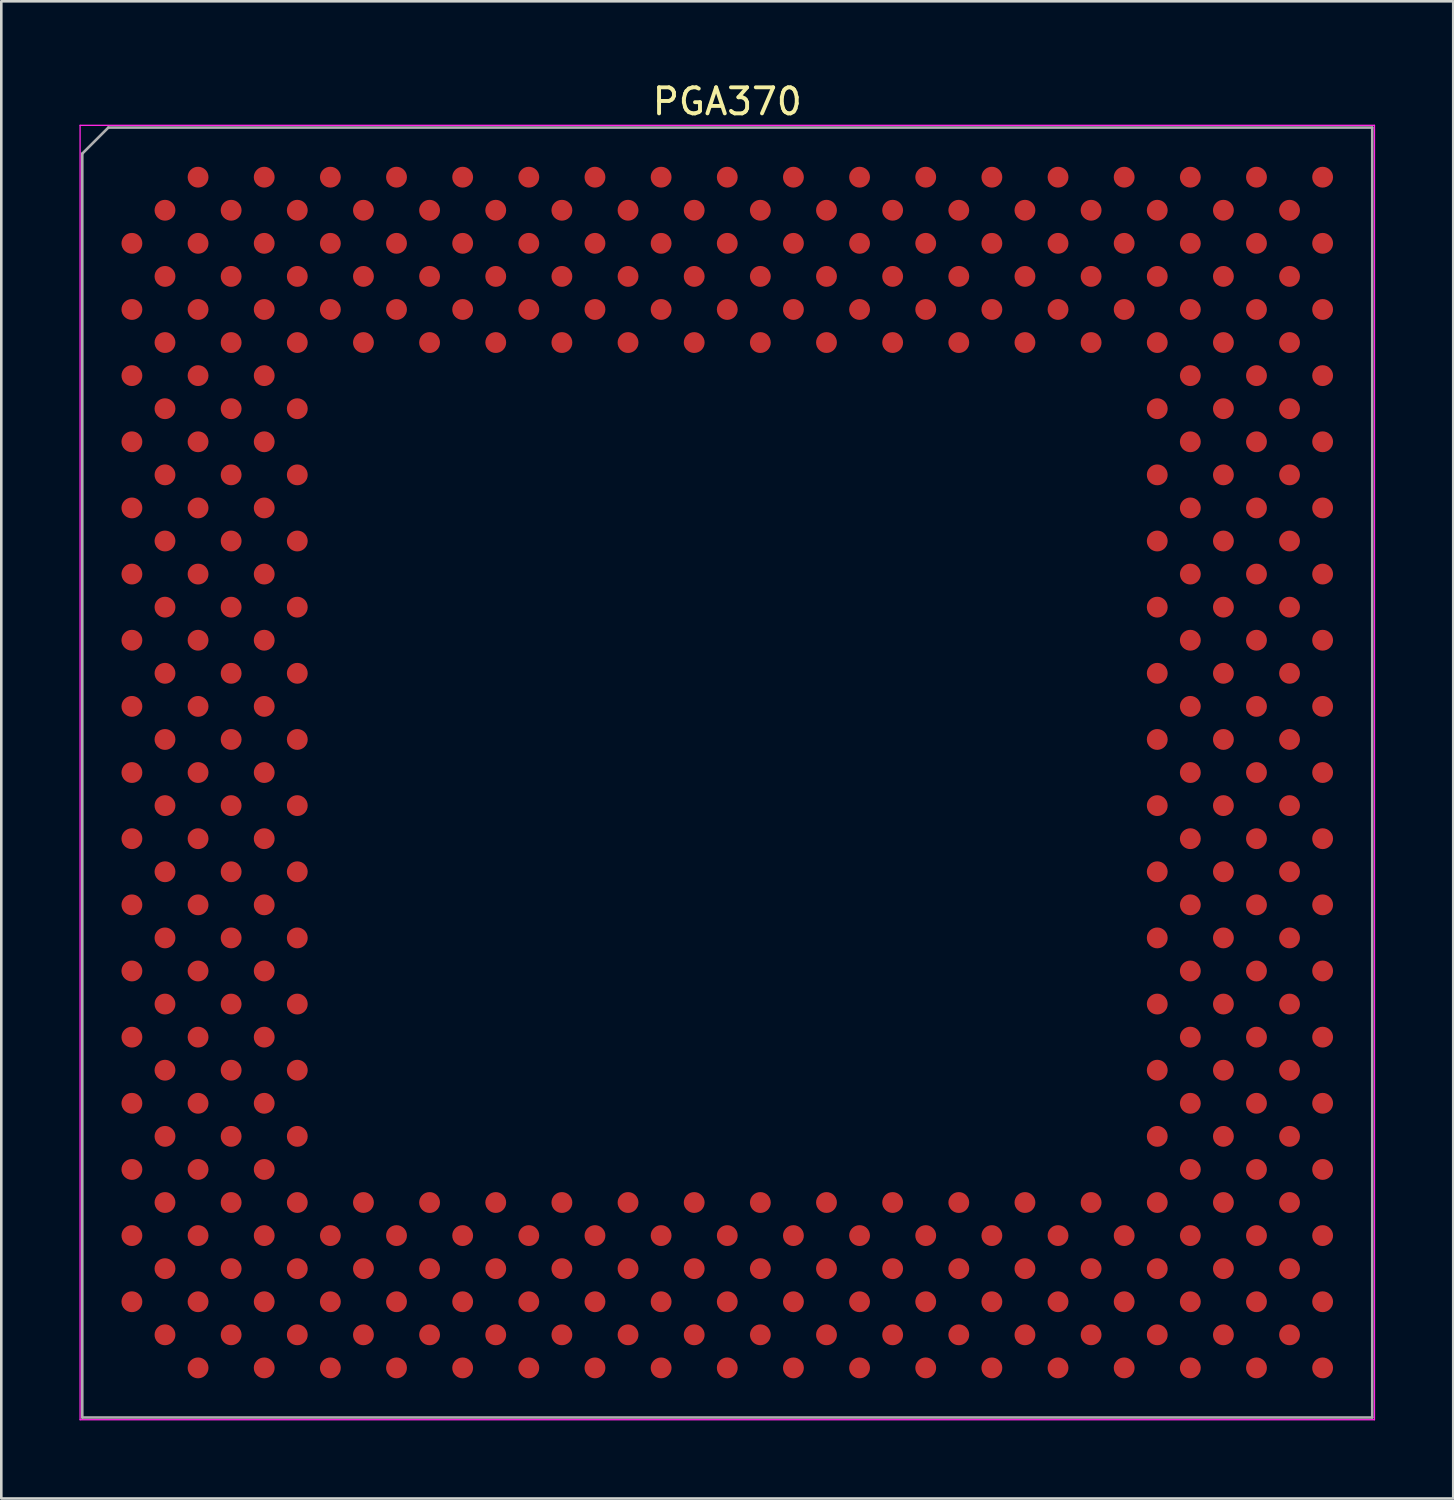
<source format=kicad_pcb>
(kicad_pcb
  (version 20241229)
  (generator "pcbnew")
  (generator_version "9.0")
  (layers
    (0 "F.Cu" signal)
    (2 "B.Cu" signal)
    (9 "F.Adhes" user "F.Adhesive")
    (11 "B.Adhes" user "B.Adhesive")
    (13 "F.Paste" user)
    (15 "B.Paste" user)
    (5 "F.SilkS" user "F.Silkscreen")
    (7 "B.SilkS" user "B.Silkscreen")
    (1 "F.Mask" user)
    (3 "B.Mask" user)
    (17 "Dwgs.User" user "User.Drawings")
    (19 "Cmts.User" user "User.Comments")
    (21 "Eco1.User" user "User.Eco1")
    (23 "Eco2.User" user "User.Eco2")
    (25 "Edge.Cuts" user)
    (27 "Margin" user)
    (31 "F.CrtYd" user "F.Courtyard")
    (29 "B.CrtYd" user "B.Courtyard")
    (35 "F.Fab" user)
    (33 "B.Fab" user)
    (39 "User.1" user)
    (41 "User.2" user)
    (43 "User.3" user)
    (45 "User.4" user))
  (footprint "PGA370"
    (layer "F.Cu")
    (at 24.875 26.613)
    (property "Reference" "PGA370" (at 0 -25.765 0) (layer "F.SilkS") (effects (font (size 1 1) (thickness 0.15))))
    (attr through_hole)
    (fp_line (start -24.85 -24.85) (end 24.85 -24.85) (stroke (width 0.05) (type solid)) (layer "F.CrtYd"))
    (fp_line (start -24.85 24.85) (end -24.85 -24.85) (stroke (width 0.05) (type solid)) (layer "F.CrtYd"))
    (fp_line (start 24.85 -24.85) (end 24.85 24.85) (stroke (width 0.05) (type solid)) (layer "F.CrtYd"))
    (fp_line (start 24.85 24.85) (end -24.85 24.85) (stroke (width 0.05) (type solid)) (layer "F.CrtYd"))
    (fp_line (start -24.765 -23.765) (end -24.765 24.765) (stroke (width 0.1) (type solid)) (layer "F.Fab"))
    (fp_line (start -24.765 24.765) (end 24.765 24.765) (stroke (width 0.1) (type solid)) (layer "F.Fab"))
    (fp_line (start -23.765 -24.765) (end -24.765 -23.765) (stroke (width 0.1) (type solid)) (layer "F.Fab"))
    (fp_line (start 24.765 -24.765) (end -23.765 -24.765) (stroke (width 0.1) (type solid)) (layer "F.Fab"))
    (fp_line (start 24.765 24.765) (end 24.765 -24.765) (stroke (width 0.1) (type solid)) (layer "F.Fab"))
    (pad "A3" smd circle (at -20.32 -22.86) (size 0.8 0.8) (layers "F.Cu" "F.Mask" "F.Paste"))
    (pad "A5" smd circle (at -17.78 -22.86) (size 0.8 0.8) (layers "F.Cu" "F.Mask" "F.Paste"))
    (pad "A7" smd circle (at -15.24 -22.86) (size 0.8 0.8) (layers "F.Cu" "F.Mask" "F.Paste"))
    (pad "A9" smd circle (at -12.7 -22.86) (size 0.8 0.8) (layers "F.Cu" "F.Mask" "F.Paste"))
    (pad "A11" smd circle (at -10.16 -22.86) (size 0.8 0.8) (layers "F.Cu" "F.Mask" "F.Paste"))
    (pad "A13" smd circle (at -7.62 -22.86) (size 0.8 0.8) (layers "F.Cu" "F.Mask" "F.Paste"))
    (pad "A15" smd circle (at -5.08 -22.86) (size 0.8 0.8) (layers "F.Cu" "F.Mask" "F.Paste"))
    (pad "A17" smd circle (at -2.54 -22.86) (size 0.8 0.8) (layers "F.Cu" "F.Mask" "F.Paste"))
    (pad "A19" smd circle (at 0 -22.86) (size 0.8 0.8) (layers "F.Cu" "F.Mask" "F.Paste"))
    (pad "A21" smd circle (at 2.54 -22.86) (size 0.8 0.8) (layers "F.Cu" "F.Mask" "F.Paste"))
    (pad "A23" smd circle (at 5.08 -22.86) (size 0.8 0.8) (layers "F.Cu" "F.Mask" "F.Paste"))
    (pad "A25" smd circle (at 7.62 -22.86) (size 0.8 0.8) (layers "F.Cu" "F.Mask" "F.Paste"))
    (pad "A27" smd circle (at 10.16 -22.86) (size 0.8 0.8) (layers "F.Cu" "F.Mask" "F.Paste"))
    (pad "A29" smd circle (at 12.7 -22.86) (size 0.8 0.8) (layers "F.Cu" "F.Mask" "F.Paste"))
    (pad "A31" smd circle (at 15.24 -22.86) (size 0.8 0.8) (layers "F.Cu" "F.Mask" "F.Paste"))
    (pad "A33" smd circle (at 17.78 -22.86) (size 0.8 0.8) (layers "F.Cu" "F.Mask" "F.Paste"))
    (pad "A35" smd circle (at 20.32 -22.86) (size 0.8 0.8) (layers "F.Cu" "F.Mask" "F.Paste"))
    (pad "A37" smd circle (at 22.86 -22.86) (size 0.8 0.8) (layers "F.Cu" "F.Mask" "F.Paste"))
    (pad "AA1" smd circle (at -22.86 7.62) (size 0.8 0.8) (layers "F.Cu" "F.Mask" "F.Paste"))
    (pad "AA3" smd circle (at -20.32 7.62) (size 0.8 0.8) (layers "F.Cu" "F.Mask" "F.Paste"))
    (pad "AA5" smd circle (at -17.78 7.62) (size 0.8 0.8) (layers "F.Cu" "F.Mask" "F.Paste"))
    (pad "AA33" smd circle (at 17.78 7.62) (size 0.8 0.8) (layers "F.Cu" "F.Mask" "F.Paste"))
    (pad "AA35" smd circle (at 20.32 7.62) (size 0.8 0.8) (layers "F.Cu" "F.Mask" "F.Paste"))
    (pad "AA37" smd circle (at 22.86 7.62) (size 0.8 0.8) (layers "F.Cu" "F.Mask" "F.Paste"))
    (pad "AB2" smd circle (at -21.59 8.89) (size 0.8 0.8) (layers "F.Cu" "F.Mask" "F.Paste"))
    (pad "AB4" smd circle (at -19.05 8.89) (size 0.8 0.8) (layers "F.Cu" "F.Mask" "F.Paste"))
    (pad "AB6" smd circle (at -16.51 8.89) (size 0.8 0.8) (layers "F.Cu" "F.Mask" "F.Paste"))
    (pad "AB32" smd circle (at 16.51 8.89) (size 0.8 0.8) (layers "F.Cu" "F.Mask" "F.Paste"))
    (pad "AB34" smd circle (at 19.05 8.89) (size 0.8 0.8) (layers "F.Cu" "F.Mask" "F.Paste"))
    (pad "AB36" smd circle (at 21.59 8.89) (size 0.8 0.8) (layers "F.Cu" "F.Mask" "F.Paste"))
    (pad "AC1" smd circle (at -22.86 10.16) (size 0.8 0.8) (layers "F.Cu" "F.Mask" "F.Paste"))
    (pad "AC3" smd circle (at -20.32 10.16) (size 0.8 0.8) (layers "F.Cu" "F.Mask" "F.Paste"))
    (pad "AC5" smd circle (at -17.78 10.16) (size 0.8 0.8) (layers "F.Cu" "F.Mask" "F.Paste"))
    (pad "AC33" smd circle (at 17.78 10.16) (size 0.8 0.8) (layers "F.Cu" "F.Mask" "F.Paste"))
    (pad "AC35" smd circle (at 20.32 10.16) (size 0.8 0.8) (layers "F.Cu" "F.Mask" "F.Paste"))
    (pad "AC37" smd circle (at 22.86 10.16) (size 0.8 0.8) (layers "F.Cu" "F.Mask" "F.Paste"))
    (pad "AD2" smd circle (at -21.59 11.43) (size 0.8 0.8) (layers "F.Cu" "F.Mask" "F.Paste"))
    (pad "AD4" smd circle (at -19.05 11.43) (size 0.8 0.8) (layers "F.Cu" "F.Mask" "F.Paste"))
    (pad "AD6" smd circle (at -16.51 11.43) (size 0.8 0.8) (layers "F.Cu" "F.Mask" "F.Paste"))
    (pad "AD32" smd circle (at 16.51 11.43) (size 0.8 0.8) (layers "F.Cu" "F.Mask" "F.Paste"))
    (pad "AD34" smd circle (at 19.05 11.43) (size 0.8 0.8) (layers "F.Cu" "F.Mask" "F.Paste"))
    (pad "AD36" smd circle (at 21.59 11.43) (size 0.8 0.8) (layers "F.Cu" "F.Mask" "F.Paste"))
    (pad "AE1" smd circle (at -22.86 12.7) (size 0.8 0.8) (layers "F.Cu" "F.Mask" "F.Paste"))
    (pad "AE3" smd circle (at -20.32 12.7) (size 0.8 0.8) (layers "F.Cu" "F.Mask" "F.Paste"))
    (pad "AE5" smd circle (at -17.78 12.7) (size 0.8 0.8) (layers "F.Cu" "F.Mask" "F.Paste"))
    (pad "AE33" smd circle (at 17.78 12.7) (size 0.8 0.8) (layers "F.Cu" "F.Mask" "F.Paste"))
    (pad "AE35" smd circle (at 20.32 12.7) (size 0.8 0.8) (layers "F.Cu" "F.Mask" "F.Paste"))
    (pad "AE37" smd circle (at 22.86 12.7) (size 0.8 0.8) (layers "F.Cu" "F.Mask" "F.Paste"))
    (pad "AF2" smd circle (at -21.59 13.97) (size 0.8 0.8) (layers "F.Cu" "F.Mask" "F.Paste"))
    (pad "AF4" smd circle (at -19.05 13.97) (size 0.8 0.8) (layers "F.Cu" "F.Mask" "F.Paste"))
    (pad "AF6" smd circle (at -16.51 13.97) (size 0.8 0.8) (layers "F.Cu" "F.Mask" "F.Paste"))
    (pad "AF32" smd circle (at 16.51 13.97) (size 0.8 0.8) (layers "F.Cu" "F.Mask" "F.Paste"))
    (pad "AF34" smd circle (at 19.05 13.97) (size 0.8 0.8) (layers "F.Cu" "F.Mask" "F.Paste"))
    (pad "AF36" smd circle (at 21.59 13.97) (size 0.8 0.8) (layers "F.Cu" "F.Mask" "F.Paste"))
    (pad "AG1" smd circle (at -22.86 15.24) (size 0.8 0.8) (layers "F.Cu" "F.Mask" "F.Paste"))
    (pad "AG3" smd circle (at -20.32 15.24) (size 0.8 0.8) (layers "F.Cu" "F.Mask" "F.Paste"))
    (pad "AG5" smd circle (at -17.78 15.24) (size 0.8 0.8) (layers "F.Cu" "F.Mask" "F.Paste"))
    (pad "AG33" smd circle (at 17.78 15.24) (size 0.8 0.8) (layers "F.Cu" "F.Mask" "F.Paste"))
    (pad "AG35" smd circle (at 20.32 15.24) (size 0.8 0.8) (layers "F.Cu" "F.Mask" "F.Paste"))
    (pad "AG37" smd circle (at 22.86 15.24) (size 0.8 0.8) (layers "F.Cu" "F.Mask" "F.Paste"))
    (pad "AH2" smd circle (at -21.59 16.51) (size 0.8 0.8) (layers "F.Cu" "F.Mask" "F.Paste"))
    (pad "AH4" smd circle (at -19.05 16.51) (size 0.8 0.8) (layers "F.Cu" "F.Mask" "F.Paste"))
    (pad "AH6" smd circle (at -16.51 16.51) (size 0.8 0.8) (layers "F.Cu" "F.Mask" "F.Paste"))
    (pad "AH8" smd circle (at -13.97 16.51) (size 0.8 0.8) (layers "F.Cu" "F.Mask" "F.Paste"))
    (pad "AH10" smd circle (at -11.43 16.51) (size 0.8 0.8) (layers "F.Cu" "F.Mask" "F.Paste"))
    (pad "AH12" smd circle (at -8.89 16.51) (size 0.8 0.8) (layers "F.Cu" "F.Mask" "F.Paste"))
    (pad "AH14" smd circle (at -6.35 16.51) (size 0.8 0.8) (layers "F.Cu" "F.Mask" "F.Paste"))
    (pad "AH16" smd circle (at -3.81 16.51) (size 0.8 0.8) (layers "F.Cu" "F.Mask" "F.Paste"))
    (pad "AH18" smd circle (at -1.27 16.51) (size 0.8 0.8) (layers "F.Cu" "F.Mask" "F.Paste"))
    (pad "AH20" smd circle (at 1.27 16.51) (size 0.8 0.8) (layers "F.Cu" "F.Mask" "F.Paste"))
    (pad "AH22" smd circle (at 3.81 16.51) (size 0.8 0.8) (layers "F.Cu" "F.Mask" "F.Paste"))
    (pad "AH24" smd circle (at 6.35 16.51) (size 0.8 0.8) (layers "F.Cu" "F.Mask" "F.Paste"))
    (pad "AH26" smd circle (at 8.89 16.51) (size 0.8 0.8) (layers "F.Cu" "F.Mask" "F.Paste"))
    (pad "AH28" smd circle (at 11.43 16.51) (size 0.8 0.8) (layers "F.Cu" "F.Mask" "F.Paste"))
    (pad "AH30" smd circle (at 13.97 16.51) (size 0.8 0.8) (layers "F.Cu" "F.Mask" "F.Paste"))
    (pad "AH32" smd circle (at 16.51 16.51) (size 0.8 0.8) (layers "F.Cu" "F.Mask" "F.Paste"))
    (pad "AH34" smd circle (at 19.05 16.51) (size 0.8 0.8) (layers "F.Cu" "F.Mask" "F.Paste"))
    (pad "AH36" smd circle (at 21.59 16.51) (size 0.8 0.8) (layers "F.Cu" "F.Mask" "F.Paste"))
    (pad "AJ1" smd circle (at -22.86 17.78) (size 0.8 0.8) (layers "F.Cu" "F.Mask" "F.Paste"))
    (pad "AJ3" smd circle (at -20.32 17.78) (size 0.8 0.8) (layers "F.Cu" "F.Mask" "F.Paste"))
    (pad "AJ5" smd circle (at -17.78 17.78) (size 0.8 0.8) (layers "F.Cu" "F.Mask" "F.Paste"))
    (pad "AJ7" smd circle (at -15.24 17.78) (size 0.8 0.8) (layers "F.Cu" "F.Mask" "F.Paste"))
    (pad "AJ9" smd circle (at -12.7 17.78) (size 0.8 0.8) (layers "F.Cu" "F.Mask" "F.Paste"))
    (pad "AJ11" smd circle (at -10.16 17.78) (size 0.8 0.8) (layers "F.Cu" "F.Mask" "F.Paste"))
    (pad "AJ13" smd circle (at -7.62 17.78) (size 0.8 0.8) (layers "F.Cu" "F.Mask" "F.Paste"))
    (pad "AJ15" smd circle (at -5.08 17.78) (size 0.8 0.8) (layers "F.Cu" "F.Mask" "F.Paste"))
    (pad "AJ17" smd circle (at -2.54 17.78) (size 0.8 0.8) (layers "F.Cu" "F.Mask" "F.Paste"))
    (pad "AJ19" smd circle (at 0 17.78) (size 0.8 0.8) (layers "F.Cu" "F.Mask" "F.Paste"))
    (pad "AJ21" smd circle (at 2.54 17.78) (size 0.8 0.8) (layers "F.Cu" "F.Mask" "F.Paste"))
    (pad "AJ23" smd circle (at 5.08 17.78) (size 0.8 0.8) (layers "F.Cu" "F.Mask" "F.Paste"))
    (pad "AJ25" smd circle (at 7.62 17.78) (size 0.8 0.8) (layers "F.Cu" "F.Mask" "F.Paste"))
    (pad "AJ27" smd circle (at 10.16 17.78) (size 0.8 0.8) (layers "F.Cu" "F.Mask" "F.Paste"))
    (pad "AJ29" smd circle (at 12.7 17.78) (size 0.8 0.8) (layers "F.Cu" "F.Mask" "F.Paste"))
    (pad "AJ31" smd circle (at 15.24 17.78) (size 0.8 0.8) (layers "F.Cu" "F.Mask" "F.Paste"))
    (pad "AJ33" smd circle (at 17.78 17.78) (size 0.8 0.8) (layers "F.Cu" "F.Mask" "F.Paste"))
    (pad "AJ35" smd circle (at 20.32 17.78) (size 0.8 0.8) (layers "F.Cu" "F.Mask" "F.Paste"))
    (pad "AJ37" smd circle (at 22.86 17.78) (size 0.8 0.8) (layers "F.Cu" "F.Mask" "F.Paste"))
    (pad "AK2" smd circle (at -21.59 19.05) (size 0.8 0.8) (layers "F.Cu" "F.Mask" "F.Paste"))
    (pad "AK4" smd circle (at -19.05 19.05) (size 0.8 0.8) (layers "F.Cu" "F.Mask" "F.Paste"))
    (pad "AK6" smd circle (at -16.51 19.05) (size 0.8 0.8) (layers "F.Cu" "F.Mask" "F.Paste"))
    (pad "AK8" smd circle (at -13.97 19.05) (size 0.8 0.8) (layers "F.Cu" "F.Mask" "F.Paste"))
    (pad "AK10" smd circle (at -11.43 19.05) (size 0.8 0.8) (layers "F.Cu" "F.Mask" "F.Paste"))
    (pad "AK12" smd circle (at -8.89 19.05) (size 0.8 0.8) (layers "F.Cu" "F.Mask" "F.Paste"))
    (pad "AK14" smd circle (at -6.35 19.05) (size 0.8 0.8) (layers "F.Cu" "F.Mask" "F.Paste"))
    (pad "AK16" smd circle (at -3.81 19.05) (size 0.8 0.8) (layers "F.Cu" "F.Mask" "F.Paste"))
    (pad "AK18" smd circle (at -1.27 19.05) (size 0.8 0.8) (layers "F.Cu" "F.Mask" "F.Paste"))
    (pad "AK20" smd circle (at 1.27 19.05) (size 0.8 0.8) (layers "F.Cu" "F.Mask" "F.Paste"))
    (pad "AK22" smd circle (at 3.81 19.05) (size 0.8 0.8) (layers "F.Cu" "F.Mask" "F.Paste"))
    (pad "AK24" smd circle (at 6.35 19.05) (size 0.8 0.8) (layers "F.Cu" "F.Mask" "F.Paste"))
    (pad "AK26" smd circle (at 8.89 19.05) (size 0.8 0.8) (layers "F.Cu" "F.Mask" "F.Paste"))
    (pad "AK28" smd circle (at 11.43 19.05) (size 0.8 0.8) (layers "F.Cu" "F.Mask" "F.Paste"))
    (pad "AK30" smd circle (at 13.97 19.05) (size 0.8 0.8) (layers "F.Cu" "F.Mask" "F.Paste"))
    (pad "AK32" smd circle (at 16.51 19.05) (size 0.8 0.8) (layers "F.Cu" "F.Mask" "F.Paste"))
    (pad "AK34" smd circle (at 19.05 19.05) (size 0.8 0.8) (layers "F.Cu" "F.Mask" "F.Paste"))
    (pad "AK36" smd circle (at 21.59 19.05) (size 0.8 0.8) (layers "F.Cu" "F.Mask" "F.Paste"))
    (pad "AL1" smd circle (at -22.86 20.32) (size 0.8 0.8) (layers "F.Cu" "F.Mask" "F.Paste"))
    (pad "AL3" smd circle (at -20.32 20.32) (size 0.8 0.8) (layers "F.Cu" "F.Mask" "F.Paste"))
    (pad "AL5" smd circle (at -17.78 20.32) (size 0.8 0.8) (layers "F.Cu" "F.Mask" "F.Paste"))
    (pad "AL7" smd circle (at -15.24 20.32) (size 0.8 0.8) (layers "F.Cu" "F.Mask" "F.Paste"))
    (pad "AL9" smd circle (at -12.7 20.32) (size 0.8 0.8) (layers "F.Cu" "F.Mask" "F.Paste"))
    (pad "AL11" smd circle (at -10.16 20.32) (size 0.8 0.8) (layers "F.Cu" "F.Mask" "F.Paste"))
    (pad "AL13" smd circle (at -7.62 20.32) (size 0.8 0.8) (layers "F.Cu" "F.Mask" "F.Paste"))
    (pad "AL15" smd circle (at -5.08 20.32) (size 0.8 0.8) (layers "F.Cu" "F.Mask" "F.Paste"))
    (pad "AL17" smd circle (at -2.54 20.32) (size 0.8 0.8) (layers "F.Cu" "F.Mask" "F.Paste"))
    (pad "AL19" smd circle (at 0 20.32) (size 0.8 0.8) (layers "F.Cu" "F.Mask" "F.Paste"))
    (pad "AL21" smd circle (at 2.54 20.32) (size 0.8 0.8) (layers "F.Cu" "F.Mask" "F.Paste"))
    (pad "AL23" smd circle (at 5.08 20.32) (size 0.8 0.8) (layers "F.Cu" "F.Mask" "F.Paste"))
    (pad "AL25" smd circle (at 7.62 20.32) (size 0.8 0.8) (layers "F.Cu" "F.Mask" "F.Paste"))
    (pad "AL27" smd circle (at 10.16 20.32) (size 0.8 0.8) (layers "F.Cu" "F.Mask" "F.Paste"))
    (pad "AL29" smd circle (at 12.7 20.32) (size 0.8 0.8) (layers "F.Cu" "F.Mask" "F.Paste"))
    (pad "AL31" smd circle (at 15.24 20.32) (size 0.8 0.8) (layers "F.Cu" "F.Mask" "F.Paste"))
    (pad "AL33" smd circle (at 17.78 20.32) (size 0.8 0.8) (layers "F.Cu" "F.Mask" "F.Paste"))
    (pad "AL35" smd circle (at 20.32 20.32) (size 0.8 0.8) (layers "F.Cu" "F.Mask" "F.Paste"))
    (pad "AL37" smd circle (at 22.86 20.32) (size 0.8 0.8) (layers "F.Cu" "F.Mask" "F.Paste"))
    (pad "AM2" smd circle (at -21.59 21.59) (size 0.8 0.8) (layers "F.Cu" "F.Mask" "F.Paste"))
    (pad "AM4" smd circle (at -19.05 21.59) (size 0.8 0.8) (layers "F.Cu" "F.Mask" "F.Paste"))
    (pad "AM6" smd circle (at -16.51 21.59) (size 0.8 0.8) (layers "F.Cu" "F.Mask" "F.Paste"))
    (pad "AM8" smd circle (at -13.97 21.59) (size 0.8 0.8) (layers "F.Cu" "F.Mask" "F.Paste"))
    (pad "AM10" smd circle (at -11.43 21.59) (size 0.8 0.8) (layers "F.Cu" "F.Mask" "F.Paste"))
    (pad "AM12" smd circle (at -8.89 21.59) (size 0.8 0.8) (layers "F.Cu" "F.Mask" "F.Paste"))
    (pad "AM14" smd circle (at -6.35 21.59) (size 0.8 0.8) (layers "F.Cu" "F.Mask" "F.Paste"))
    (pad "AM16" smd circle (at -3.81 21.59) (size 0.8 0.8) (layers "F.Cu" "F.Mask" "F.Paste"))
    (pad "AM18" smd circle (at -1.27 21.59) (size 0.8 0.8) (layers "F.Cu" "F.Mask" "F.Paste"))
    (pad "AM20" smd circle (at 1.27 21.59) (size 0.8 0.8) (layers "F.Cu" "F.Mask" "F.Paste"))
    (pad "AM22" smd circle (at 3.81 21.59) (size 0.8 0.8) (layers "F.Cu" "F.Mask" "F.Paste"))
    (pad "AM24" smd circle (at 6.35 21.59) (size 0.8 0.8) (layers "F.Cu" "F.Mask" "F.Paste"))
    (pad "AM26" smd circle (at 8.89 21.59) (size 0.8 0.8) (layers "F.Cu" "F.Mask" "F.Paste"))
    (pad "AM28" smd circle (at 11.43 21.59) (size 0.8 0.8) (layers "F.Cu" "F.Mask" "F.Paste"))
    (pad "AM30" smd circle (at 13.97 21.59) (size 0.8 0.8) (layers "F.Cu" "F.Mask" "F.Paste"))
    (pad "AM32" smd circle (at 16.51 21.59) (size 0.8 0.8) (layers "F.Cu" "F.Mask" "F.Paste"))
    (pad "AM34" smd circle (at 19.05 21.59) (size 0.8 0.8) (layers "F.Cu" "F.Mask" "F.Paste"))
    (pad "AM36" smd circle (at 21.59 21.59) (size 0.8 0.8) (layers "F.Cu" "F.Mask" "F.Paste"))
    (pad "AN3" smd circle (at -20.32 22.86) (size 0.8 0.8) (layers "F.Cu" "F.Mask" "F.Paste"))
    (pad "AN5" smd circle (at -17.78 22.86) (size 0.8 0.8) (layers "F.Cu" "F.Mask" "F.Paste"))
    (pad "AN7" smd circle (at -15.24 22.86) (size 0.8 0.8) (layers "F.Cu" "F.Mask" "F.Paste"))
    (pad "AN9" smd circle (at -12.7 22.86) (size 0.8 0.8) (layers "F.Cu" "F.Mask" "F.Paste"))
    (pad "AN11" smd circle (at -10.16 22.86) (size 0.8 0.8) (layers "F.Cu" "F.Mask" "F.Paste"))
    (pad "AN13" smd circle (at -7.62 22.86) (size 0.8 0.8) (layers "F.Cu" "F.Mask" "F.Paste"))
    (pad "AN15" smd circle (at -5.08 22.86) (size 0.8 0.8) (layers "F.Cu" "F.Mask" "F.Paste"))
    (pad "AN17" smd circle (at -2.54 22.86) (size 0.8 0.8) (layers "F.Cu" "F.Mask" "F.Paste"))
    (pad "AN19" smd circle (at 0 22.86) (size 0.8 0.8) (layers "F.Cu" "F.Mask" "F.Paste"))
    (pad "AN21" smd circle (at 2.54 22.86) (size 0.8 0.8) (layers "F.Cu" "F.Mask" "F.Paste"))
    (pad "AN23" smd circle (at 5.08 22.86) (size 0.8 0.8) (layers "F.Cu" "F.Mask" "F.Paste"))
    (pad "AN25" smd circle (at 7.62 22.86) (size 0.8 0.8) (layers "F.Cu" "F.Mask" "F.Paste"))
    (pad "AN27" smd circle (at 10.16 22.86) (size 0.8 0.8) (layers "F.Cu" "F.Mask" "F.Paste"))
    (pad "AN29" smd circle (at 12.7 22.86) (size 0.8 0.8) (layers "F.Cu" "F.Mask" "F.Paste"))
    (pad "AN31" smd circle (at 15.24 22.86) (size 0.8 0.8) (layers "F.Cu" "F.Mask" "F.Paste"))
    (pad "AN33" smd circle (at 17.78 22.86) (size 0.8 0.8) (layers "F.Cu" "F.Mask" "F.Paste"))
    (pad "AN35" smd circle (at 20.32 22.86) (size 0.8 0.8) (layers "F.Cu" "F.Mask" "F.Paste"))
    (pad "AN37" smd circle (at 22.86 22.86) (size 0.8 0.8) (layers "F.Cu" "F.Mask" "F.Paste"))
    (pad "B2" smd circle (at -21.59 -21.59) (size 0.8 0.8) (layers "F.Cu" "F.Mask" "F.Paste"))
    (pad "B4" smd circle (at -19.05 -21.59) (size 0.8 0.8) (layers "F.Cu" "F.Mask" "F.Paste"))
    (pad "B6" smd circle (at -16.51 -21.59) (size 0.8 0.8) (layers "F.Cu" "F.Mask" "F.Paste"))
    (pad "B8" smd circle (at -13.97 -21.59) (size 0.8 0.8) (layers "F.Cu" "F.Mask" "F.Paste"))
    (pad "B10" smd circle (at -11.43 -21.59) (size 0.8 0.8) (layers "F.Cu" "F.Mask" "F.Paste"))
    (pad "B12" smd circle (at -8.89 -21.59) (size 0.8 0.8) (layers "F.Cu" "F.Mask" "F.Paste"))
    (pad "B14" smd circle (at -6.35 -21.59) (size 0.8 0.8) (layers "F.Cu" "F.Mask" "F.Paste"))
    (pad "B16" smd circle (at -3.81 -21.59) (size 0.8 0.8) (layers "F.Cu" "F.Mask" "F.Paste"))
    (pad "B18" smd circle (at -1.27 -21.59) (size 0.8 0.8) (layers "F.Cu" "F.Mask" "F.Paste"))
    (pad "B20" smd circle (at 1.27 -21.59) (size 0.8 0.8) (layers "F.Cu" "F.Mask" "F.Paste"))
    (pad "B22" smd circle (at 3.81 -21.59) (size 0.8 0.8) (layers "F.Cu" "F.Mask" "F.Paste"))
    (pad "B24" smd circle (at 6.35 -21.59) (size 0.8 0.8) (layers "F.Cu" "F.Mask" "F.Paste"))
    (pad "B26" smd circle (at 8.89 -21.59) (size 0.8 0.8) (layers "F.Cu" "F.Mask" "F.Paste"))
    (pad "B28" smd circle (at 11.43 -21.59) (size 0.8 0.8) (layers "F.Cu" "F.Mask" "F.Paste"))
    (pad "B30" smd circle (at 13.97 -21.59) (size 0.8 0.8) (layers "F.Cu" "F.Mask" "F.Paste"))
    (pad "B32" smd circle (at 16.51 -21.59) (size 0.8 0.8) (layers "F.Cu" "F.Mask" "F.Paste"))
    (pad "B34" smd circle (at 19.05 -21.59) (size 0.8 0.8) (layers "F.Cu" "F.Mask" "F.Paste"))
    (pad "B36" smd circle (at 21.59 -21.59) (size 0.8 0.8) (layers "F.Cu" "F.Mask" "F.Paste"))
    (pad "C1" smd circle (at -22.86 -20.32) (size 0.8 0.8) (layers "F.Cu" "F.Mask" "F.Paste"))
    (pad "C3" smd circle (at -20.32 -20.32) (size 0.8 0.8) (layers "F.Cu" "F.Mask" "F.Paste"))
    (pad "C5" smd circle (at -17.78 -20.32) (size 0.8 0.8) (layers "F.Cu" "F.Mask" "F.Paste"))
    (pad "C7" smd circle (at -15.24 -20.32) (size 0.8 0.8) (layers "F.Cu" "F.Mask" "F.Paste"))
    (pad "C9" smd circle (at -12.7 -20.32) (size 0.8 0.8) (layers "F.Cu" "F.Mask" "F.Paste"))
    (pad "C11" smd circle (at -10.16 -20.32) (size 0.8 0.8) (layers "F.Cu" "F.Mask" "F.Paste"))
    (pad "C13" smd circle (at -7.62 -20.32) (size 0.8 0.8) (layers "F.Cu" "F.Mask" "F.Paste"))
    (pad "C15" smd circle (at -5.08 -20.32) (size 0.8 0.8) (layers "F.Cu" "F.Mask" "F.Paste"))
    (pad "C17" smd circle (at -2.54 -20.32) (size 0.8 0.8) (layers "F.Cu" "F.Mask" "F.Paste"))
    (pad "C19" smd circle (at 0 -20.32) (size 0.8 0.8) (layers "F.Cu" "F.Mask" "F.Paste"))
    (pad "C21" smd circle (at 2.54 -20.32) (size 0.8 0.8) (layers "F.Cu" "F.Mask" "F.Paste"))
    (pad "C23" smd circle (at 5.08 -20.32) (size 0.8 0.8) (layers "F.Cu" "F.Mask" "F.Paste"))
    (pad "C25" smd circle (at 7.62 -20.32) (size 0.8 0.8) (layers "F.Cu" "F.Mask" "F.Paste"))
    (pad "C27" smd circle (at 10.16 -20.32) (size 0.8 0.8) (layers "F.Cu" "F.Mask" "F.Paste"))
    (pad "C29" smd circle (at 12.7 -20.32) (size 0.8 0.8) (layers "F.Cu" "F.Mask" "F.Paste"))
    (pad "C31" smd circle (at 15.24 -20.32) (size 0.8 0.8) (layers "F.Cu" "F.Mask" "F.Paste"))
    (pad "C33" smd circle (at 17.78 -20.32) (size 0.8 0.8) (layers "F.Cu" "F.Mask" "F.Paste"))
    (pad "C35" smd circle (at 20.32 -20.32) (size 0.8 0.8) (layers "F.Cu" "F.Mask" "F.Paste"))
    (pad "C37" smd circle (at 22.86 -20.32) (size 0.8 0.8) (layers "F.Cu" "F.Mask" "F.Paste"))
    (pad "D2" smd circle (at -21.59 -19.05) (size 0.8 0.8) (layers "F.Cu" "F.Mask" "F.Paste"))
    (pad "D4" smd circle (at -19.05 -19.05) (size 0.8 0.8) (layers "F.Cu" "F.Mask" "F.Paste"))
    (pad "D6" smd circle (at -16.51 -19.05) (size 0.8 0.8) (layers "F.Cu" "F.Mask" "F.Paste"))
    (pad "D8" smd circle (at -13.97 -19.05) (size 0.8 0.8) (layers "F.Cu" "F.Mask" "F.Paste"))
    (pad "D10" smd circle (at -11.43 -19.05) (size 0.8 0.8) (layers "F.Cu" "F.Mask" "F.Paste"))
    (pad "D12" smd circle (at -8.89 -19.05) (size 0.8 0.8) (layers "F.Cu" "F.Mask" "F.Paste"))
    (pad "D14" smd circle (at -6.35 -19.05) (size 0.8 0.8) (layers "F.Cu" "F.Mask" "F.Paste"))
    (pad "D16" smd circle (at -3.81 -19.05) (size 0.8 0.8) (layers "F.Cu" "F.Mask" "F.Paste"))
    (pad "D18" smd circle (at -1.27 -19.05) (size 0.8 0.8) (layers "F.Cu" "F.Mask" "F.Paste"))
    (pad "D20" smd circle (at 1.27 -19.05) (size 0.8 0.8) (layers "F.Cu" "F.Mask" "F.Paste"))
    (pad "D22" smd circle (at 3.81 -19.05) (size 0.8 0.8) (layers "F.Cu" "F.Mask" "F.Paste"))
    (pad "D24" smd circle (at 6.35 -19.05) (size 0.8 0.8) (layers "F.Cu" "F.Mask" "F.Paste"))
    (pad "D26" smd circle (at 8.89 -19.05) (size 0.8 0.8) (layers "F.Cu" "F.Mask" "F.Paste"))
    (pad "D28" smd circle (at 11.43 -19.05) (size 0.8 0.8) (layers "F.Cu" "F.Mask" "F.Paste"))
    (pad "D30" smd circle (at 13.97 -19.05) (size 0.8 0.8) (layers "F.Cu" "F.Mask" "F.Paste"))
    (pad "D32" smd circle (at 16.51 -19.05) (size 0.8 0.8) (layers "F.Cu" "F.Mask" "F.Paste"))
    (pad "D34" smd circle (at 19.05 -19.05) (size 0.8 0.8) (layers "F.Cu" "F.Mask" "F.Paste"))
    (pad "D36" smd circle (at 21.59 -19.05) (size 0.8 0.8) (layers "F.Cu" "F.Mask" "F.Paste"))
    (pad "E1" smd circle (at -22.86 -17.78) (size 0.8 0.8) (layers "F.Cu" "F.Mask" "F.Paste"))
    (pad "E3" smd circle (at -20.32 -17.78) (size 0.8 0.8) (layers "F.Cu" "F.Mask" "F.Paste"))
    (pad "E5" smd circle (at -17.78 -17.78) (size 0.8 0.8) (layers "F.Cu" "F.Mask" "F.Paste"))
    (pad "E7" smd circle (at -15.24 -17.78) (size 0.8 0.8) (layers "F.Cu" "F.Mask" "F.Paste"))
    (pad "E9" smd circle (at -12.7 -17.78) (size 0.8 0.8) (layers "F.Cu" "F.Mask" "F.Paste"))
    (pad "E11" smd circle (at -10.16 -17.78) (size 0.8 0.8) (layers "F.Cu" "F.Mask" "F.Paste"))
    (pad "E13" smd circle (at -7.62 -17.78) (size 0.8 0.8) (layers "F.Cu" "F.Mask" "F.Paste"))
    (pad "E15" smd circle (at -5.08 -17.78) (size 0.8 0.8) (layers "F.Cu" "F.Mask" "F.Paste"))
    (pad "E17" smd circle (at -2.54 -17.78) (size 0.8 0.8) (layers "F.Cu" "F.Mask" "F.Paste"))
    (pad "E19" smd circle (at 0 -17.78) (size 0.8 0.8) (layers "F.Cu" "F.Mask" "F.Paste"))
    (pad "E21" smd circle (at 2.54 -17.78) (size 0.8 0.8) (layers "F.Cu" "F.Mask" "F.Paste"))
    (pad "E23" smd circle (at 5.08 -17.78) (size 0.8 0.8) (layers "F.Cu" "F.Mask" "F.Paste"))
    (pad "E25" smd circle (at 7.62 -17.78) (size 0.8 0.8) (layers "F.Cu" "F.Mask" "F.Paste"))
    (pad "E27" smd circle (at 10.16 -17.78) (size 0.8 0.8) (layers "F.Cu" "F.Mask" "F.Paste"))
    (pad "E29" smd circle (at 12.7 -17.78) (size 0.8 0.8) (layers "F.Cu" "F.Mask" "F.Paste"))
    (pad "E31" smd circle (at 15.24 -17.78) (size 0.8 0.8) (layers "F.Cu" "F.Mask" "F.Paste"))
    (pad "E33" smd circle (at 17.78 -17.78) (size 0.8 0.8) (layers "F.Cu" "F.Mask" "F.Paste"))
    (pad "E35" smd circle (at 20.32 -17.78) (size 0.8 0.8) (layers "F.Cu" "F.Mask" "F.Paste"))
    (pad "E37" smd circle (at 22.86 -17.78) (size 0.8 0.8) (layers "F.Cu" "F.Mask" "F.Paste"))
    (pad "F2" smd circle (at -21.59 -16.51) (size 0.8 0.8) (layers "F.Cu" "F.Mask" "F.Paste"))
    (pad "F4" smd circle (at -19.05 -16.51) (size 0.8 0.8) (layers "F.Cu" "F.Mask" "F.Paste"))
    (pad "F6" smd circle (at -16.51 -16.51) (size 0.8 0.8) (layers "F.Cu" "F.Mask" "F.Paste"))
    (pad "F8" smd circle (at -13.97 -16.51) (size 0.8 0.8) (layers "F.Cu" "F.Mask" "F.Paste"))
    (pad "F10" smd circle (at -11.43 -16.51) (size 0.8 0.8) (layers "F.Cu" "F.Mask" "F.Paste"))
    (pad "F12" smd circle (at -8.89 -16.51) (size 0.8 0.8) (layers "F.Cu" "F.Mask" "F.Paste"))
    (pad "F14" smd circle (at -6.35 -16.51) (size 0.8 0.8) (layers "F.Cu" "F.Mask" "F.Paste"))
    (pad "F16" smd circle (at -3.81 -16.51) (size 0.8 0.8) (layers "F.Cu" "F.Mask" "F.Paste"))
    (pad "F18" smd circle (at -1.27 -16.51) (size 0.8 0.8) (layers "F.Cu" "F.Mask" "F.Paste"))
    (pad "F20" smd circle (at 1.27 -16.51) (size 0.8 0.8) (layers "F.Cu" "F.Mask" "F.Paste"))
    (pad "F22" smd circle (at 3.81 -16.51) (size 0.8 0.8) (layers "F.Cu" "F.Mask" "F.Paste"))
    (pad "F24" smd circle (at 6.35 -16.51) (size 0.8 0.8) (layers "F.Cu" "F.Mask" "F.Paste"))
    (pad "F26" smd circle (at 8.89 -16.51) (size 0.8 0.8) (layers "F.Cu" "F.Mask" "F.Paste"))
    (pad "F28" smd circle (at 11.43 -16.51) (size 0.8 0.8) (layers "F.Cu" "F.Mask" "F.Paste"))
    (pad "F30" smd circle (at 13.97 -16.51) (size 0.8 0.8) (layers "F.Cu" "F.Mask" "F.Paste"))
    (pad "F32" smd circle (at 16.51 -16.51) (size 0.8 0.8) (layers "F.Cu" "F.Mask" "F.Paste"))
    (pad "F34" smd circle (at 19.05 -16.51) (size 0.8 0.8) (layers "F.Cu" "F.Mask" "F.Paste"))
    (pad "F36" smd circle (at 21.59 -16.51) (size 0.8 0.8) (layers "F.Cu" "F.Mask" "F.Paste"))
    (pad "G1" smd circle (at -22.86 -15.24) (size 0.8 0.8) (layers "F.Cu" "F.Mask" "F.Paste"))
    (pad "G3" smd circle (at -20.32 -15.24) (size 0.8 0.8) (layers "F.Cu" "F.Mask" "F.Paste"))
    (pad "G5" smd circle (at -17.78 -15.24) (size 0.8 0.8) (layers "F.Cu" "F.Mask" "F.Paste"))
    (pad "G33" smd circle (at 17.78 -15.24) (size 0.8 0.8) (layers "F.Cu" "F.Mask" "F.Paste"))
    (pad "G35" smd circle (at 20.32 -15.24) (size 0.8 0.8) (layers "F.Cu" "F.Mask" "F.Paste"))
    (pad "G37" smd circle (at 22.86 -15.24) (size 0.8 0.8) (layers "F.Cu" "F.Mask" "F.Paste"))
    (pad "H2" smd circle (at -21.59 -13.97) (size 0.8 0.8) (layers "F.Cu" "F.Mask" "F.Paste"))
    (pad "H4" smd circle (at -19.05 -13.97) (size 0.8 0.8) (layers "F.Cu" "F.Mask" "F.Paste"))
    (pad "H6" smd circle (at -16.51 -13.97) (size 0.8 0.8) (layers "F.Cu" "F.Mask" "F.Paste"))
    (pad "H32" smd circle (at 16.51 -13.97) (size 0.8 0.8) (layers "F.Cu" "F.Mask" "F.Paste"))
    (pad "H34" smd circle (at 19.05 -13.97) (size 0.8 0.8) (layers "F.Cu" "F.Mask" "F.Paste"))
    (pad "H36" smd circle (at 21.59 -13.97) (size 0.8 0.8) (layers "F.Cu" "F.Mask" "F.Paste"))
    (pad "J1" smd circle (at -22.86 -12.7) (size 0.8 0.8) (layers "F.Cu" "F.Mask" "F.Paste"))
    (pad "J3" smd circle (at -20.32 -12.7) (size 0.8 0.8) (layers "F.Cu" "F.Mask" "F.Paste"))
    (pad "J5" smd circle (at -17.78 -12.7) (size 0.8 0.8) (layers "F.Cu" "F.Mask" "F.Paste"))
    (pad "J33" smd circle (at 17.78 -12.7) (size 0.8 0.8) (layers "F.Cu" "F.Mask" "F.Paste"))
    (pad "J35" smd circle (at 20.32 -12.7) (size 0.8 0.8) (layers "F.Cu" "F.Mask" "F.Paste"))
    (pad "J37" smd circle (at 22.86 -12.7) (size 0.8 0.8) (layers "F.Cu" "F.Mask" "F.Paste"))
    (pad "K2" smd circle (at -21.59 -11.43) (size 0.8 0.8) (layers "F.Cu" "F.Mask" "F.Paste"))
    (pad "K4" smd circle (at -19.05 -11.43) (size 0.8 0.8) (layers "F.Cu" "F.Mask" "F.Paste"))
    (pad "K6" smd circle (at -16.51 -11.43) (size 0.8 0.8) (layers "F.Cu" "F.Mask" "F.Paste"))
    (pad "K32" smd circle (at 16.51 -11.43) (size 0.8 0.8) (layers "F.Cu" "F.Mask" "F.Paste"))
    (pad "K34" smd circle (at 19.05 -11.43) (size 0.8 0.8) (layers "F.Cu" "F.Mask" "F.Paste"))
    (pad "K36" smd circle (at 21.59 -11.43) (size 0.8 0.8) (layers "F.Cu" "F.Mask" "F.Paste"))
    (pad "L1" smd circle (at -22.86 -10.16) (size 0.8 0.8) (layers "F.Cu" "F.Mask" "F.Paste"))
    (pad "L3" smd circle (at -20.32 -10.16) (size 0.8 0.8) (layers "F.Cu" "F.Mask" "F.Paste"))
    (pad "L5" smd circle (at -17.78 -10.16) (size 0.8 0.8) (layers "F.Cu" "F.Mask" "F.Paste"))
    (pad "L33" smd circle (at 17.78 -10.16) (size 0.8 0.8) (layers "F.Cu" "F.Mask" "F.Paste"))
    (pad "L35" smd circle (at 20.32 -10.16) (size 0.8 0.8) (layers "F.Cu" "F.Mask" "F.Paste"))
    (pad "L37" smd circle (at 22.86 -10.16) (size 0.8 0.8) (layers "F.Cu" "F.Mask" "F.Paste"))
    (pad "M2" smd circle (at -21.59 -8.89) (size 0.8 0.8) (layers "F.Cu" "F.Mask" "F.Paste"))
    (pad "M4" smd circle (at -19.05 -8.89) (size 0.8 0.8) (layers "F.Cu" "F.Mask" "F.Paste"))
    (pad "M6" smd circle (at -16.51 -8.89) (size 0.8 0.8) (layers "F.Cu" "F.Mask" "F.Paste"))
    (pad "M32" smd circle (at 16.51 -8.89) (size 0.8 0.8) (layers "F.Cu" "F.Mask" "F.Paste"))
    (pad "M34" smd circle (at 19.05 -8.89) (size 0.8 0.8) (layers "F.Cu" "F.Mask" "F.Paste"))
    (pad "M36" smd circle (at 21.59 -8.89) (size 0.8 0.8) (layers "F.Cu" "F.Mask" "F.Paste"))
    (pad "N1" smd circle (at -22.86 -7.62) (size 0.8 0.8) (layers "F.Cu" "F.Mask" "F.Paste"))
    (pad "N3" smd circle (at -20.32 -7.62) (size 0.8 0.8) (layers "F.Cu" "F.Mask" "F.Paste"))
    (pad "N5" smd circle (at -17.78 -7.62) (size 0.8 0.8) (layers "F.Cu" "F.Mask" "F.Paste"))
    (pad "N33" smd circle (at 17.78 -7.62) (size 0.8 0.8) (layers "F.Cu" "F.Mask" "F.Paste"))
    (pad "N35" smd circle (at 20.32 -7.62) (size 0.8 0.8) (layers "F.Cu" "F.Mask" "F.Paste"))
    (pad "N37" smd circle (at 22.86 -7.62) (size 0.8 0.8) (layers "F.Cu" "F.Mask" "F.Paste"))
    (pad "P2" smd circle (at -21.59 -6.35) (size 0.8 0.8) (layers "F.Cu" "F.Mask" "F.Paste"))
    (pad "P4" smd circle (at -19.05 -6.35) (size 0.8 0.8) (layers "F.Cu" "F.Mask" "F.Paste"))
    (pad "P6" smd circle (at -16.51 -6.35) (size 0.8 0.8) (layers "F.Cu" "F.Mask" "F.Paste"))
    (pad "P32" smd circle (at 16.51 -6.35) (size 0.8 0.8) (layers "F.Cu" "F.Mask" "F.Paste"))
    (pad "P34" smd circle (at 19.05 -6.35) (size 0.8 0.8) (layers "F.Cu" "F.Mask" "F.Paste"))
    (pad "P36" smd circle (at 21.59 -6.35) (size 0.8 0.8) (layers "F.Cu" "F.Mask" "F.Paste"))
    (pad "Q1" smd circle (at -22.86 -5.08) (size 0.8 0.8) (layers "F.Cu" "F.Mask" "F.Paste"))
    (pad "Q3" smd circle (at -20.32 -5.08) (size 0.8 0.8) (layers "F.Cu" "F.Mask" "F.Paste"))
    (pad "Q5" smd circle (at -17.78 -5.08) (size 0.8 0.8) (layers "F.Cu" "F.Mask" "F.Paste"))
    (pad "Q33" smd circle (at 17.78 -5.08) (size 0.8 0.8) (layers "F.Cu" "F.Mask" "F.Paste"))
    (pad "Q35" smd circle (at 20.32 -5.08) (size 0.8 0.8) (layers "F.Cu" "F.Mask" "F.Paste"))
    (pad "Q37" smd circle (at 22.86 -5.08) (size 0.8 0.8) (layers "F.Cu" "F.Mask" "F.Paste"))
    (pad "R2" smd circle (at -21.59 -3.81) (size 0.8 0.8) (layers "F.Cu" "F.Mask" "F.Paste"))
    (pad "R4" smd circle (at -19.05 -3.81) (size 0.8 0.8) (layers "F.Cu" "F.Mask" "F.Paste"))
    (pad "R6" smd circle (at -16.51 -3.81) (size 0.8 0.8) (layers "F.Cu" "F.Mask" "F.Paste"))
    (pad "R32" smd circle (at 16.51 -3.81) (size 0.8 0.8) (layers "F.Cu" "F.Mask" "F.Paste"))
    (pad "R34" smd circle (at 19.05 -3.81) (size 0.8 0.8) (layers "F.Cu" "F.Mask" "F.Paste"))
    (pad "R36" smd circle (at 21.59 -3.81) (size 0.8 0.8) (layers "F.Cu" "F.Mask" "F.Paste"))
    (pad "S1" smd circle (at -22.86 -2.54) (size 0.8 0.8) (layers "F.Cu" "F.Mask" "F.Paste"))
    (pad "S3" smd circle (at -20.32 -2.54) (size 0.8 0.8) (layers "F.Cu" "F.Mask" "F.Paste"))
    (pad "S5" smd circle (at -17.78 -2.54) (size 0.8 0.8) (layers "F.Cu" "F.Mask" "F.Paste"))
    (pad "S33" smd circle (at 17.78 -2.54) (size 0.8 0.8) (layers "F.Cu" "F.Mask" "F.Paste"))
    (pad "S35" smd circle (at 20.32 -2.54) (size 0.8 0.8) (layers "F.Cu" "F.Mask" "F.Paste"))
    (pad "S37" smd circle (at 22.86 -2.54) (size 0.8 0.8) (layers "F.Cu" "F.Mask" "F.Paste"))
    (pad "T2" smd circle (at -21.59 -1.27) (size 0.8 0.8) (layers "F.Cu" "F.Mask" "F.Paste"))
    (pad "T4" smd circle (at -19.05 -1.27) (size 0.8 0.8) (layers "F.Cu" "F.Mask" "F.Paste"))
    (pad "T6" smd circle (at -16.51 -1.27) (size 0.8 0.8) (layers "F.Cu" "F.Mask" "F.Paste"))
    (pad "T32" smd circle (at 16.51 -1.27) (size 0.8 0.8) (layers "F.Cu" "F.Mask" "F.Paste"))
    (pad "T34" smd circle (at 19.05 -1.27) (size 0.8 0.8) (layers "F.Cu" "F.Mask" "F.Paste"))
    (pad "T36" smd circle (at 21.59 -1.27) (size 0.8 0.8) (layers "F.Cu" "F.Mask" "F.Paste"))
    (pad "U1" smd circle (at -22.86 0) (size 0.8 0.8) (layers "F.Cu" "F.Mask" "F.Paste"))
    (pad "U3" smd circle (at -20.32 0) (size 0.8 0.8) (layers "F.Cu" "F.Mask" "F.Paste"))
    (pad "U5" smd circle (at -17.78 0) (size 0.8 0.8) (layers "F.Cu" "F.Mask" "F.Paste"))
    (pad "U33" smd circle (at 17.78 0) (size 0.8 0.8) (layers "F.Cu" "F.Mask" "F.Paste"))
    (pad "U35" smd circle (at 20.32 0) (size 0.8 0.8) (layers "F.Cu" "F.Mask" "F.Paste"))
    (pad "U37" smd circle (at 22.86 0) (size 0.8 0.8) (layers "F.Cu" "F.Mask" "F.Paste"))
    (pad "V2" smd circle (at -21.59 1.27) (size 0.8 0.8) (layers "F.Cu" "F.Mask" "F.Paste"))
    (pad "V4" smd circle (at -19.05 1.27) (size 0.8 0.8) (layers "F.Cu" "F.Mask" "F.Paste"))
    (pad "V6" smd circle (at -16.51 1.27) (size 0.8 0.8) (layers "F.Cu" "F.Mask" "F.Paste"))
    (pad "V32" smd circle (at 16.51 1.27) (size 0.8 0.8) (layers "F.Cu" "F.Mask" "F.Paste"))
    (pad "V34" smd circle (at 19.05 1.27) (size 0.8 0.8) (layers "F.Cu" "F.Mask" "F.Paste"))
    (pad "V36" smd circle (at 21.59 1.27) (size 0.8 0.8) (layers "F.Cu" "F.Mask" "F.Paste"))
    (pad "W1" smd circle (at -22.86 2.54) (size 0.8 0.8) (layers "F.Cu" "F.Mask" "F.Paste"))
    (pad "W3" smd circle (at -20.32 2.54) (size 0.8 0.8) (layers "F.Cu" "F.Mask" "F.Paste"))
    (pad "W5" smd circle (at -17.78 2.54) (size 0.8 0.8) (layers "F.Cu" "F.Mask" "F.Paste"))
    (pad "W33" smd circle (at 17.78 2.54) (size 0.8 0.8) (layers "F.Cu" "F.Mask" "F.Paste"))
    (pad "W35" smd circle (at 20.32 2.54) (size 0.8 0.8) (layers "F.Cu" "F.Mask" "F.Paste"))
    (pad "W37" smd circle (at 22.86 2.54) (size 0.8 0.8) (layers "F.Cu" "F.Mask" "F.Paste"))
    (pad "X2" smd circle (at -21.59 3.81) (size 0.8 0.8) (layers "F.Cu" "F.Mask" "F.Paste"))
    (pad "X4" smd circle (at -19.05 3.81) (size 0.8 0.8) (layers "F.Cu" "F.Mask" "F.Paste"))
    (pad "X6" smd circle (at -16.51 3.81) (size 0.8 0.8) (layers "F.Cu" "F.Mask" "F.Paste"))
    (pad "X32" smd circle (at 16.51 3.81) (size 0.8 0.8) (layers "F.Cu" "F.Mask" "F.Paste"))
    (pad "X34" smd circle (at 19.05 3.81) (size 0.8 0.8) (layers "F.Cu" "F.Mask" "F.Paste"))
    (pad "X36" smd circle (at 21.59 3.81) (size 0.8 0.8) (layers "F.Cu" "F.Mask" "F.Paste"))
    (pad "Y1" smd circle (at -22.86 5.08) (size 0.8 0.8) (layers "F.Cu" "F.Mask" "F.Paste"))
    (pad "Y3" smd circle (at -20.32 5.08) (size 0.8 0.8) (layers "F.Cu" "F.Mask" "F.Paste"))
    (pad "Y5" smd circle (at -17.78 5.08) (size 0.8 0.8) (layers "F.Cu" "F.Mask" "F.Paste"))
    (pad "Y33" smd circle (at 17.78 5.08) (size 0.8 0.8) (layers "F.Cu" "F.Mask" "F.Paste"))
    (pad "Y35" smd circle (at 20.32 5.08) (size 0.8 0.8) (layers "F.Cu" "F.Mask" "F.Paste"))
    (pad "Y37" smd circle (at 22.86 5.08) (size 0.8 0.8) (layers "F.Cu" "F.Mask" "F.Paste"))
    (pad "Z2" smd circle (at -21.59 6.35) (size 0.8 0.8) (layers "F.Cu" "F.Mask" "F.Paste"))
    (pad "Z4" smd circle (at -19.05 6.35) (size 0.8 0.8) (layers "F.Cu" "F.Mask" "F.Paste"))
    (pad "Z6" smd circle (at -16.51 6.35) (size 0.8 0.8) (layers "F.Cu" "F.Mask" "F.Paste"))
    (pad "Z32" smd circle (at 16.51 6.35) (size 0.8 0.8) (layers "F.Cu" "F.Mask" "F.Paste"))
    (pad "Z34" smd circle (at 19.05 6.35) (size 0.8 0.8) (layers "F.Cu" "F.Mask" "F.Paste"))
    (pad "Z36" smd circle (at 21.59 6.35) (size 0.8 0.8) (layers "F.Cu" "F.Mask" "F.Paste")))
  (gr_rect
    (start -3 -3)
    (end 52.75 54.488)
    (stroke (width 0.1) (type default))
    (fill no)
    (layer "Edge.Cuts")))
</source>
